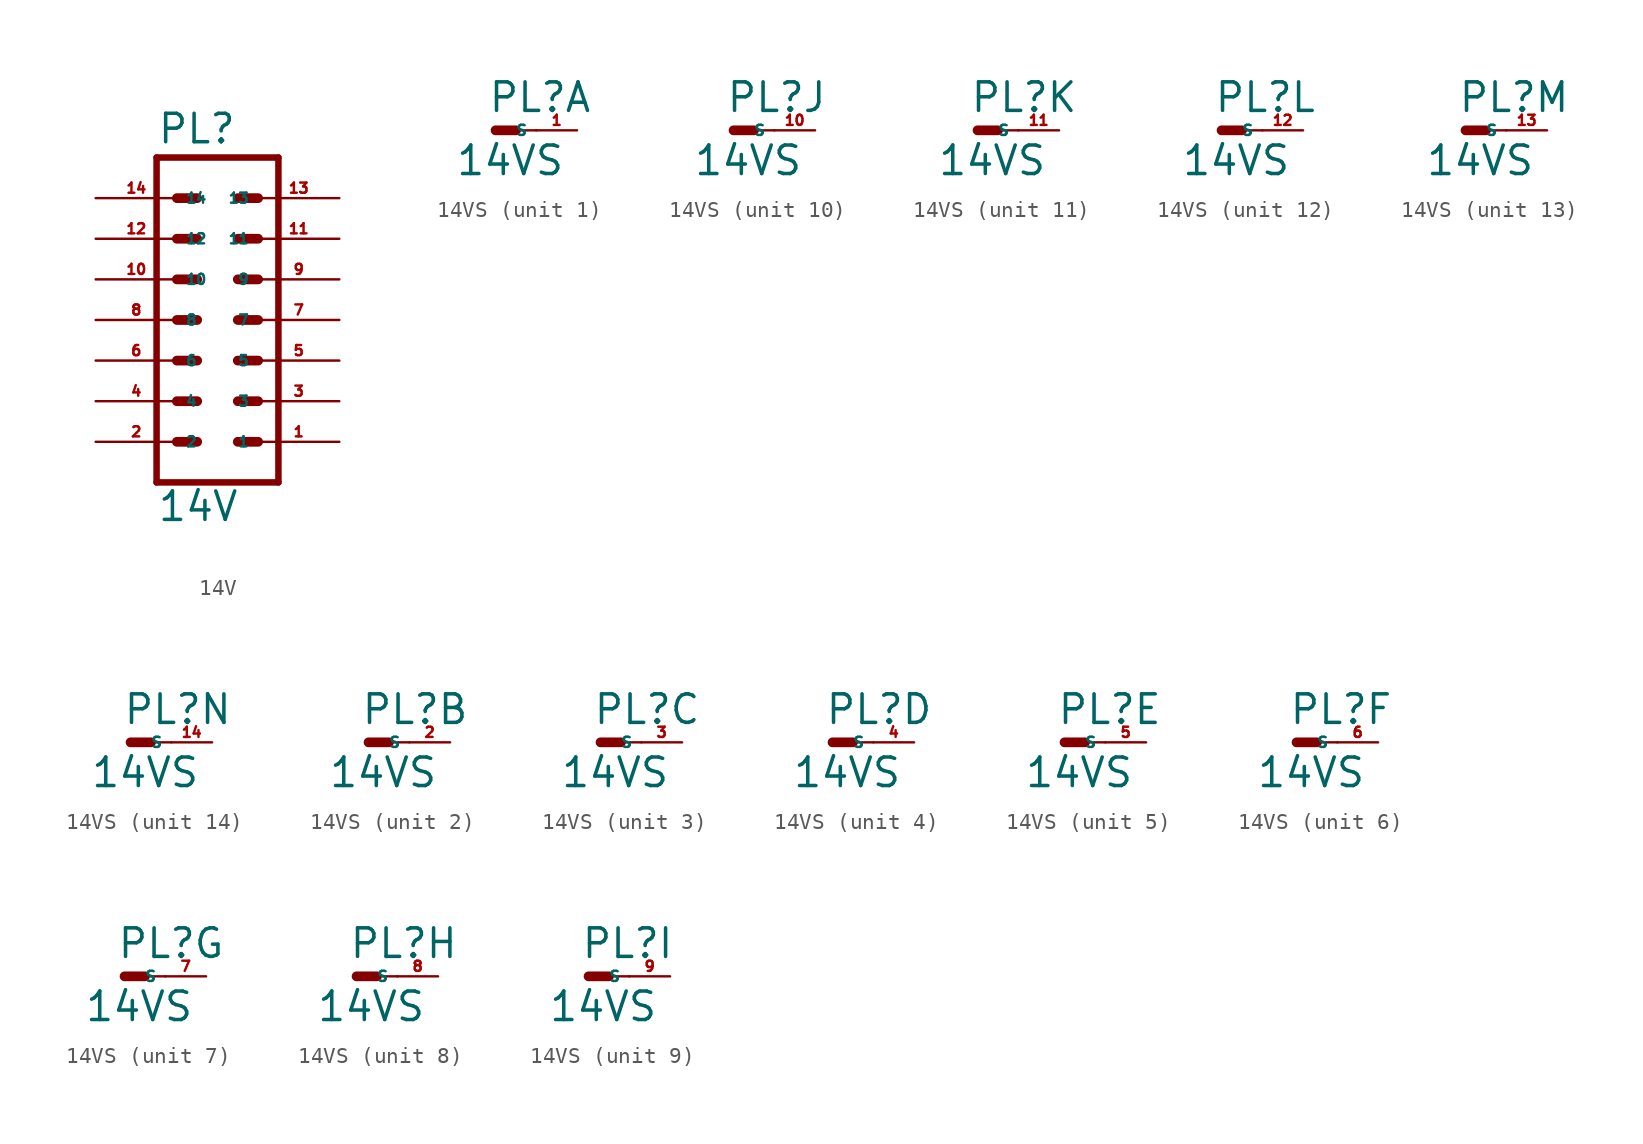
<source format=kicad_sym>
(kicad_symbol_lib
  (version 20220914)
  (generator Eagle2Kicad)
  (symbol "14V"
    (property "Reference" "PL"
      (at -3.81 10.922 0)
      (effects (font (size 1.778 1.778) (thickness 0.22)) (justify left bottom)))
    (property "Value" "14V"
      (at -3.81 -12.7 0)
      (effects (font (size 1.778 1.778) (thickness 0.22)) (justify left bottom)))
    (polyline
      (pts (xy 3.81 -10.16) (xy -3.81 -10.16))
      (stroke (width 0.406) (type default))
      (fill (type none)))
    (polyline
      (pts (xy -3.81 10.16) (xy -3.81 -10.16))
      (stroke (width 0.406) (type default))
      (fill (type none)))
    (polyline
      (pts (xy 3.81 -10.16) (xy 3.81 10.16))
      (stroke (width 0.406) (type default))
      (fill (type none)))
    (polyline
      (pts (xy -3.81 10.16) (xy 3.81 10.16))
      (stroke (width 0.406) (type default))
      (fill (type none)))
    (polyline
      (pts (xy 1.27 2.54) (xy 2.54 2.54))
      (stroke (width 0.61) (type default))
      (fill (type none)))
    (polyline
      (pts (xy 1.27 0) (xy 2.54 0))
      (stroke (width 0.61) (type default))
      (fill (type none)))
    (polyline
      (pts (xy 1.27 -2.54) (xy 2.54 -2.54))
      (stroke (width 0.61) (type default))
      (fill (type none)))
    (polyline
      (pts (xy 1.27 -5.08) (xy 2.54 -5.08))
      (stroke (width 0.61) (type default))
      (fill (type none)))
    (polyline
      (pts (xy 1.27 -7.62) (xy 2.54 -7.62))
      (stroke (width 0.61) (type default))
      (fill (type none)))
    (polyline
      (pts (xy -2.54 2.54) (xy -1.27 2.54))
      (stroke (width 0.61) (type default))
      (fill (type none)))
    (polyline
      (pts (xy -2.54 0) (xy -1.27 0))
      (stroke (width 0.61) (type default))
      (fill (type none)))
    (polyline
      (pts (xy -2.54 -2.54) (xy -1.27 -2.54))
      (stroke (width 0.61) (type default))
      (fill (type none)))
    (polyline
      (pts (xy -2.54 -5.08) (xy -1.27 -5.08))
      (stroke (width 0.61) (type default))
      (fill (type none)))
    (polyline
      (pts (xy -2.54 -7.62) (xy -1.27 -7.62))
      (stroke (width 0.61) (type default))
      (fill (type none)))
    (polyline
      (pts (xy 1.27 5.08) (xy 2.54 5.08))
      (stroke (width 0.61) (type default))
      (fill (type none)))
    (polyline
      (pts (xy 1.27 7.62) (xy 2.54 7.62))
      (stroke (width 0.61) (type default))
      (fill (type none)))
    (polyline
      (pts (xy -2.54 5.08) (xy -1.27 5.08))
      (stroke (width 0.61) (type default))
      (fill (type none)))
    (polyline
      (pts (xy -2.54 7.62) (xy -1.27 7.62))
      (stroke (width 0.61) (type default))
      (fill (type none)))
    (pin passive line
      (at 7.62 -7.62 180)
      (length 5.08)
      (name "1" (effects (font (size 0.635 0.635) (thickness 0.08)) (justify left bottom)))
      (number "1" (effects (font (size 0.635 0.635) (thickness 0.08)) (justify left bottom))))
    (pin passive line
      (at 7.62 -5.08 180)
      (length 5.08)
      (name "3" (effects (font (size 0.635 0.635) (thickness 0.08)) (justify left bottom)))
      (number "3" (effects (font (size 0.635 0.635) (thickness 0.08)) (justify left bottom))))
    (pin passive line
      (at 7.62 -2.54 180)
      (length 5.08)
      (name "5" (effects (font (size 0.635 0.635) (thickness 0.08)) (justify left bottom)))
      (number "5" (effects (font (size 0.635 0.635) (thickness 0.08)) (justify left bottom))))
    (pin passive line
      (at 7.62 0 180)
      (length 5.08)
      (name "7" (effects (font (size 0.635 0.635) (thickness 0.08)) (justify left bottom)))
      (number "7" (effects (font (size 0.635 0.635) (thickness 0.08)) (justify left bottom))))
    (pin passive line
      (at 7.62 2.54 180)
      (length 5.08)
      (name "9" (effects (font (size 0.635 0.635) (thickness 0.08)) (justify left bottom)))
      (number "9" (effects (font (size 0.635 0.635) (thickness 0.08)) (justify left bottom))))
    (pin passive line
      (at -7.62 -7.62 0)
      (length 5.08)
      (name "2" (effects (font (size 0.635 0.635) (thickness 0.08)) (justify left bottom)))
      (number "2" (effects (font (size 0.635 0.635) (thickness 0.08)) (justify left bottom))))
    (pin passive line
      (at -7.62 -5.08 0)
      (length 5.08)
      (name "4" (effects (font (size 0.635 0.635) (thickness 0.08)) (justify left bottom)))
      (number "4" (effects (font (size 0.635 0.635) (thickness 0.08)) (justify left bottom))))
    (pin passive line
      (at -7.62 -2.54 0)
      (length 5.08)
      (name "6" (effects (font (size 0.635 0.635) (thickness 0.08)) (justify left bottom)))
      (number "6" (effects (font (size 0.635 0.635) (thickness 0.08)) (justify left bottom))))
    (pin passive line
      (at -7.62 0 0)
      (length 5.08)
      (name "8" (effects (font (size 0.635 0.635) (thickness 0.08)) (justify left bottom)))
      (number "8" (effects (font (size 0.635 0.635) (thickness 0.08)) (justify left bottom))))
    (pin passive line
      (at -7.62 2.54 0)
      (length 5.08)
      (name "10" (effects (font (size 0.635 0.635) (thickness 0.08)) (justify left bottom)))
      (number "10" (effects (font (size 0.635 0.635) (thickness 0.08)) (justify left bottom))))
    (pin passive line
      (at 7.62 5.08 180)
      (length 5.08)
      (name "11" (effects (font (size 0.635 0.635) (thickness 0.08)) (justify left bottom)))
      (number "11" (effects (font (size 0.635 0.635) (thickness 0.08)) (justify left bottom))))
    (pin passive line
      (at 7.62 7.62 180)
      (length 5.08)
      (name "13" (effects (font (size 0.635 0.635) (thickness 0.08)) (justify left bottom)))
      (number "13" (effects (font (size 0.635 0.635) (thickness 0.08)) (justify left bottom))))
    (pin passive line
      (at -7.62 5.08 0)
      (length 5.08)
      (name "12" (effects (font (size 0.635 0.635) (thickness 0.08)) (justify left bottom)))
      (number "12" (effects (font (size 0.635 0.635) (thickness 0.08)) (justify left bottom))))
    (pin passive line
      (at -7.62 7.62 0)
      (length 5.08)
      (name "14" (effects (font (size 0.635 0.635) (thickness 0.08)) (justify left bottom)))
      (number "14" (effects (font (size 0.635 0.635) (thickness 0.08)) (justify left bottom)))))
  (symbol "14VS"
    (property "Reference" "PL"
      (at -0.508 1.016 0)
      (effects (font (size 1.778 1.778) (thickness 0.22)) (justify left bottom)))
    (property "Value" "14VS"
      (at -2.54 -2.921 0)
      (effects (font (size 1.778 1.778) (thickness 0.22)) (justify left bottom)))
    (symbol "14VS_1_0"
      (polyline (pts (xy 0 0) (xy 1.27 0)) (stroke (width 0.61) (type default)) (fill (type none)))
      (polyline (pts (xy 2.54 0) (xy 1.27 0)) (stroke (width 0.152) (type default)) (fill (type none)))
      (pin passive line (at 5.08 0 180) (length 2.54) (name "S" (effects (font (size 0.635 0.635) (thickness 0.08)) (justify left bottom))) (number "1" (effects (font (size 0.635 0.635) (thickness 0.08)) (justify left bottom)))))
    (symbol "14VS_2_0"
      (polyline (pts (xy 0 0) (xy 1.27 0)) (stroke (width 0.61) (type default)) (fill (type none)))
      (polyline (pts (xy 2.54 0) (xy 1.27 0)) (stroke (width 0.152) (type default)) (fill (type none)))
      (pin passive line (at 5.08 0 180) (length 2.54) (name "S" (effects (font (size 0.635 0.635) (thickness 0.08)) (justify left bottom))) (number "2" (effects (font (size 0.635 0.635) (thickness 0.08)) (justify left bottom)))))
    (symbol "14VS_3_0"
      (polyline (pts (xy 0 0) (xy 1.27 0)) (stroke (width 0.61) (type default)) (fill (type none)))
      (polyline (pts (xy 2.54 0) (xy 1.27 0)) (stroke (width 0.152) (type default)) (fill (type none)))
      (pin passive line (at 5.08 0 180) (length 2.54) (name "S" (effects (font (size 0.635 0.635) (thickness 0.08)) (justify left bottom))) (number "3" (effects (font (size 0.635 0.635) (thickness 0.08)) (justify left bottom)))))
    (symbol "14VS_4_0"
      (polyline (pts (xy 0 0) (xy 1.27 0)) (stroke (width 0.61) (type default)) (fill (type none)))
      (polyline (pts (xy 2.54 0) (xy 1.27 0)) (stroke (width 0.152) (type default)) (fill (type none)))
      (pin passive line (at 5.08 0 180) (length 2.54) (name "S" (effects (font (size 0.635 0.635) (thickness 0.08)) (justify left bottom))) (number "4" (effects (font (size 0.635 0.635) (thickness 0.08)) (justify left bottom)))))
    (symbol "14VS_5_0"
      (polyline (pts (xy 0 0) (xy 1.27 0)) (stroke (width 0.61) (type default)) (fill (type none)))
      (polyline (pts (xy 2.54 0) (xy 1.27 0)) (stroke (width 0.152) (type default)) (fill (type none)))
      (pin passive line (at 5.08 0 180) (length 2.54) (name "S" (effects (font (size 0.635 0.635) (thickness 0.08)) (justify left bottom))) (number "5" (effects (font (size 0.635 0.635) (thickness 0.08)) (justify left bottom)))))
    (symbol "14VS_6_0"
      (polyline (pts (xy 0 0) (xy 1.27 0)) (stroke (width 0.61) (type default)) (fill (type none)))
      (polyline (pts (xy 2.54 0) (xy 1.27 0)) (stroke (width 0.152) (type default)) (fill (type none)))
      (pin passive line (at 5.08 0 180) (length 2.54) (name "S" (effects (font (size 0.635 0.635) (thickness 0.08)) (justify left bottom))) (number "6" (effects (font (size 0.635 0.635) (thickness 0.08)) (justify left bottom)))))
    (symbol "14VS_7_0"
      (polyline (pts (xy 0 0) (xy 1.27 0)) (stroke (width 0.61) (type default)) (fill (type none)))
      (polyline (pts (xy 2.54 0) (xy 1.27 0)) (stroke (width 0.152) (type default)) (fill (type none)))
      (pin passive line (at 5.08 0 180) (length 2.54) (name "S" (effects (font (size 0.635 0.635) (thickness 0.08)) (justify left bottom))) (number "7" (effects (font (size 0.635 0.635) (thickness 0.08)) (justify left bottom)))))
    (symbol "14VS_8_0"
      (polyline (pts (xy 0 0) (xy 1.27 0)) (stroke (width 0.61) (type default)) (fill (type none)))
      (polyline (pts (xy 2.54 0) (xy 1.27 0)) (stroke (width 0.152) (type default)) (fill (type none)))
      (pin passive line (at 5.08 0 180) (length 2.54) (name "S" (effects (font (size 0.635 0.635) (thickness 0.08)) (justify left bottom))) (number "8" (effects (font (size 0.635 0.635) (thickness 0.08)) (justify left bottom)))))
    (symbol "14VS_9_0"
      (polyline (pts (xy 0 0) (xy 1.27 0)) (stroke (width 0.61) (type default)) (fill (type none)))
      (polyline (pts (xy 2.54 0) (xy 1.27 0)) (stroke (width 0.152) (type default)) (fill (type none)))
      (pin passive line (at 5.08 0 180) (length 2.54) (name "S" (effects (font (size 0.635 0.635) (thickness 0.08)) (justify left bottom))) (number "9" (effects (font (size 0.635 0.635) (thickness 0.08)) (justify left bottom)))))
    (symbol "14VS_10_0"
      (polyline (pts (xy 0 0) (xy 1.27 0)) (stroke (width 0.61) (type default)) (fill (type none)))
      (polyline (pts (xy 2.54 0) (xy 1.27 0)) (stroke (width 0.152) (type default)) (fill (type none)))
      (pin passive line (at 5.08 0 180) (length 2.54) (name "S" (effects (font (size 0.635 0.635) (thickness 0.08)) (justify left bottom))) (number "10" (effects (font (size 0.635 0.635) (thickness 0.08)) (justify left bottom)))))
    (symbol "14VS_11_0"
      (polyline (pts (xy 0 0) (xy 1.27 0)) (stroke (width 0.61) (type default)) (fill (type none)))
      (polyline (pts (xy 2.54 0) (xy 1.27 0)) (stroke (width 0.152) (type default)) (fill (type none)))
      (pin passive line (at 5.08 0 180) (length 2.54) (name "S" (effects (font (size 0.635 0.635) (thickness 0.08)) (justify left bottom))) (number "11" (effects (font (size 0.635 0.635) (thickness 0.08)) (justify left bottom)))))
    (symbol "14VS_12_0"
      (polyline (pts (xy 0 0) (xy 1.27 0)) (stroke (width 0.61) (type default)) (fill (type none)))
      (polyline (pts (xy 2.54 0) (xy 1.27 0)) (stroke (width 0.152) (type default)) (fill (type none)))
      (pin passive line (at 5.08 0 180) (length 2.54) (name "S" (effects (font (size 0.635 0.635) (thickness 0.08)) (justify left bottom))) (number "12" (effects (font (size 0.635 0.635) (thickness 0.08)) (justify left bottom)))))
    (symbol "14VS_13_0"
      (polyline (pts (xy 0 0) (xy 1.27 0)) (stroke (width 0.61) (type default)) (fill (type none)))
      (polyline (pts (xy 2.54 0) (xy 1.27 0)) (stroke (width 0.152) (type default)) (fill (type none)))
      (pin passive line (at 5.08 0 180) (length 2.54) (name "S" (effects (font (size 0.635 0.635) (thickness 0.08)) (justify left bottom))) (number "13" (effects (font (size 0.635 0.635) (thickness 0.08)) (justify left bottom)))))
    (symbol "14VS_14_0"
      (polyline (pts (xy 0 0) (xy 1.27 0)) (stroke (width 0.61) (type default)) (fill (type none)))
      (polyline (pts (xy 2.54 0) (xy 1.27 0)) (stroke (width 0.152) (type default)) (fill (type none)))
      (pin passive line (at 5.08 0 180) (length 2.54) (name "S" (effects (font (size 0.635 0.635) (thickness 0.08)) (justify left bottom))) (number "14" (effects (font (size 0.635 0.635) (thickness 0.08)) (justify left bottom)))))))
</source>
